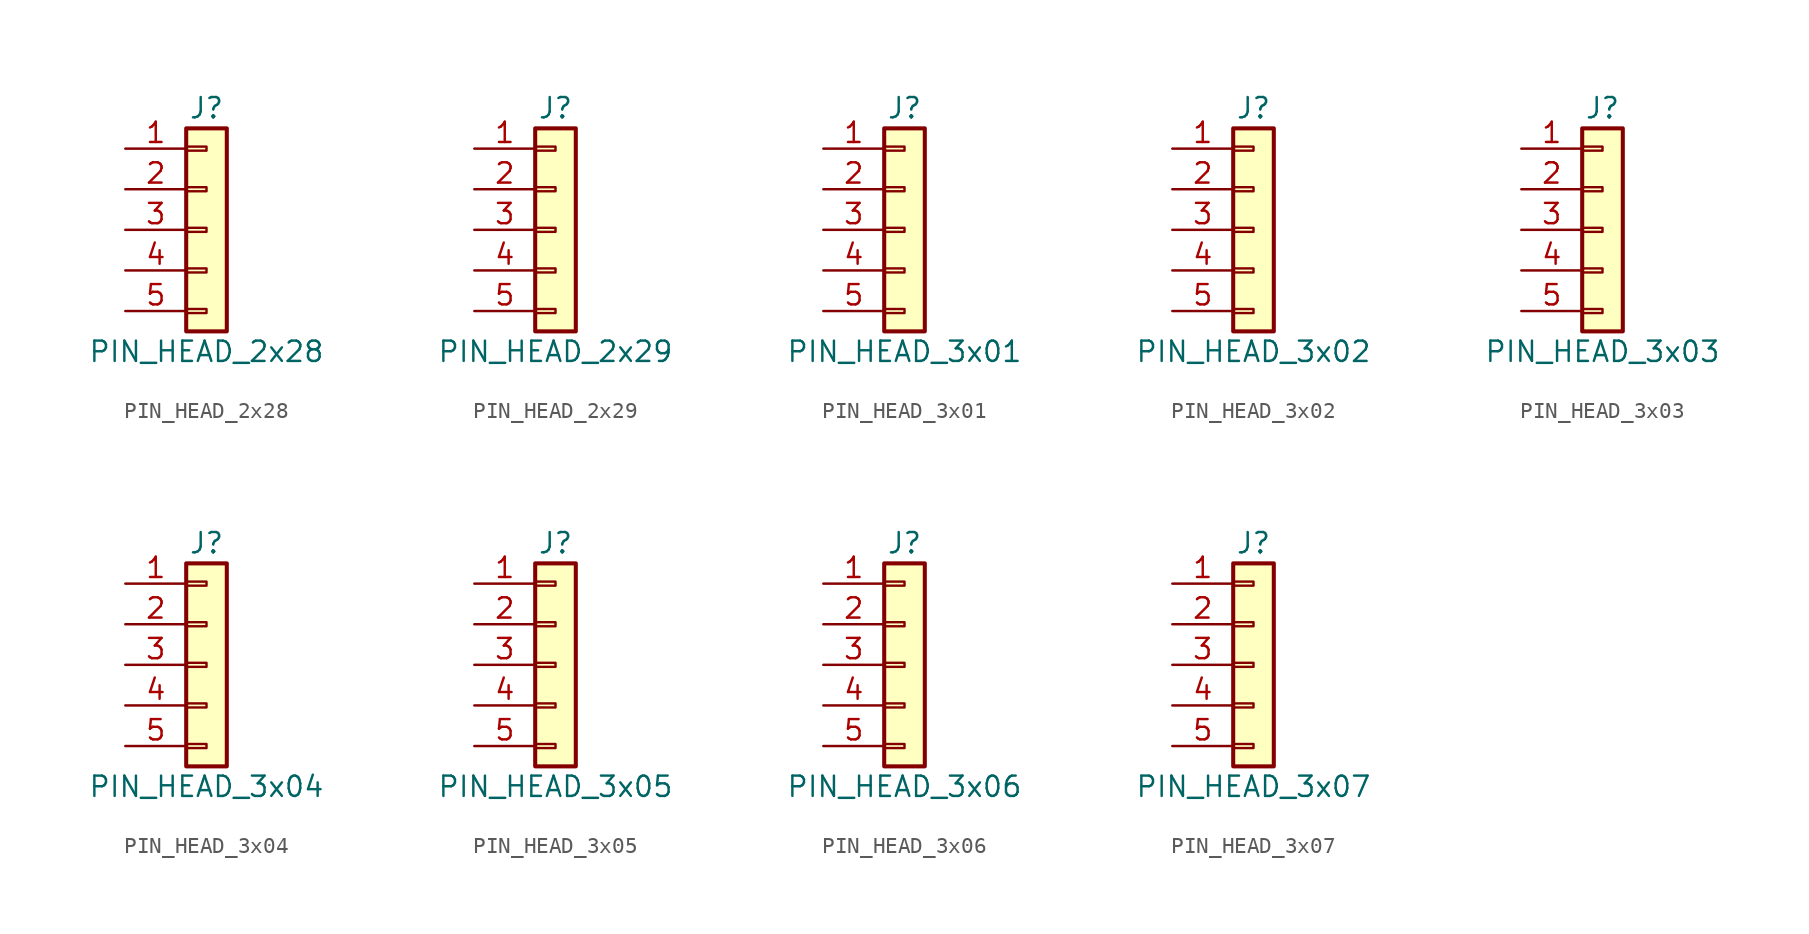
<source format=kicad_sym>
(kicad_symbol_lib
  (version 20211014)
  (generator kicad_symbol_editor)
  (symbol "PIN_HEAD_2x28"
    (pin_names
      (offset 1.016) hide)
    (property "Reference" "J"
      (at 0 7.62 0)
      (effects (font (size 1.27 1.27))))
    (property "Value" "PIN_HEAD_2x28"
      (at 0 -7.62 0)
      (effects (font (size 1.27 1.27))))
    (symbol "PIN_HEAD_2x28_1_1"
      (rectangle (start -1.27 -4.953) (end 0 -5.207) (stroke (width 0.152) (type default) (color 0 0 0 0)) (fill (type none)))
      (rectangle (start -1.27 -2.413) (end 0 -2.667) (stroke (width 0.152) (type default) (color 0 0 0 0)) (fill (type none)))
      (rectangle (start -1.27 0.127) (end 0 -0.127) (stroke (width 0.152) (type default) (color 0 0 0 0)) (fill (type none)))
      (rectangle (start -1.27 2.667) (end 0 2.413) (stroke (width 0.152) (type default) (color 0 0 0 0)) (fill (type none)))
      (rectangle (start -1.27 5.207) (end 0 4.953) (stroke (width 0.152) (type default) (color 0 0 0 0)) (fill (type none)))
      (rectangle (start -1.27 6.35) (end 1.27 -6.35) (stroke (width 0.254) (type default) (color 0 0 0 0)) (fill (type background)))
      (pin passive line (at -5.08 5.08 0) (length 3.81) (name "Pin_1" (effects (font (size 1.27 1.27)))) (number "1" (effects (font (size 1.27 1.27)))))
      (pin passive line (at -5.08 2.54 0) (length 3.81) (name "Pin_2" (effects (font (size 1.27 1.27)))) (number "2" (effects (font (size 1.27 1.27)))))
      (pin passive line (at -5.08 0 0) (length 3.81) (name "Pin_3" (effects (font (size 1.27 1.27)))) (number "3" (effects (font (size 1.27 1.27)))))
      (pin passive line (at -5.08 -2.54 0) (length 3.81) (name "Pin_4" (effects (font (size 1.27 1.27)))) (number "4" (effects (font (size 1.27 1.27)))))
      (pin passive line (at -5.08 -5.08 0) (length 3.81) (name "Pin_5" (effects (font (size 1.27 1.27)))) (number "5" (effects (font (size 1.27 1.27)))))))
  (symbol "PIN_HEAD_2x29"
    (pin_names
      (offset 1.016) hide)
    (property "Reference" "J"
      (at 0 7.62 0)
      (effects (font (size 1.27 1.27))))
    (property "Value" "PIN_HEAD_2x29"
      (at 0 -7.62 0)
      (effects (font (size 1.27 1.27))))
    (symbol "PIN_HEAD_2x29_1_1"
      (rectangle (start -1.27 -4.953) (end 0 -5.207) (stroke (width 0.152) (type default) (color 0 0 0 0)) (fill (type none)))
      (rectangle (start -1.27 -2.413) (end 0 -2.667) (stroke (width 0.152) (type default) (color 0 0 0 0)) (fill (type none)))
      (rectangle (start -1.27 0.127) (end 0 -0.127) (stroke (width 0.152) (type default) (color 0 0 0 0)) (fill (type none)))
      (rectangle (start -1.27 2.667) (end 0 2.413) (stroke (width 0.152) (type default) (color 0 0 0 0)) (fill (type none)))
      (rectangle (start -1.27 5.207) (end 0 4.953) (stroke (width 0.152) (type default) (color 0 0 0 0)) (fill (type none)))
      (rectangle (start -1.27 6.35) (end 1.27 -6.35) (stroke (width 0.254) (type default) (color 0 0 0 0)) (fill (type background)))
      (pin passive line (at -5.08 5.08 0) (length 3.81) (name "Pin_1" (effects (font (size 1.27 1.27)))) (number "1" (effects (font (size 1.27 1.27)))))
      (pin passive line (at -5.08 2.54 0) (length 3.81) (name "Pin_2" (effects (font (size 1.27 1.27)))) (number "2" (effects (font (size 1.27 1.27)))))
      (pin passive line (at -5.08 0 0) (length 3.81) (name "Pin_3" (effects (font (size 1.27 1.27)))) (number "3" (effects (font (size 1.27 1.27)))))
      (pin passive line (at -5.08 -2.54 0) (length 3.81) (name "Pin_4" (effects (font (size 1.27 1.27)))) (number "4" (effects (font (size 1.27 1.27)))))
      (pin passive line (at -5.08 -5.08 0) (length 3.81) (name "Pin_5" (effects (font (size 1.27 1.27)))) (number "5" (effects (font (size 1.27 1.27)))))))
  (symbol "PIN_HEAD_3x01"
    (pin_names
      (offset 1.016) hide)
    (property "Reference" "J"
      (at 0 7.62 0)
      (effects (font (size 1.27 1.27))))
    (property "Value" "PIN_HEAD_3x01"
      (at 0 -7.62 0)
      (effects (font (size 1.27 1.27))))
    (symbol "PIN_HEAD_3x01_1_1"
      (rectangle (start -1.27 -4.953) (end 0 -5.207) (stroke (width 0.152) (type default) (color 0 0 0 0)) (fill (type none)))
      (rectangle (start -1.27 -2.413) (end 0 -2.667) (stroke (width 0.152) (type default) (color 0 0 0 0)) (fill (type none)))
      (rectangle (start -1.27 0.127) (end 0 -0.127) (stroke (width 0.152) (type default) (color 0 0 0 0)) (fill (type none)))
      (rectangle (start -1.27 2.667) (end 0 2.413) (stroke (width 0.152) (type default) (color 0 0 0 0)) (fill (type none)))
      (rectangle (start -1.27 5.207) (end 0 4.953) (stroke (width 0.152) (type default) (color 0 0 0 0)) (fill (type none)))
      (rectangle (start -1.27 6.35) (end 1.27 -6.35) (stroke (width 0.254) (type default) (color 0 0 0 0)) (fill (type background)))
      (pin passive line (at -5.08 5.08 0) (length 3.81) (name "Pin_1" (effects (font (size 1.27 1.27)))) (number "1" (effects (font (size 1.27 1.27)))))
      (pin passive line (at -5.08 2.54 0) (length 3.81) (name "Pin_2" (effects (font (size 1.27 1.27)))) (number "2" (effects (font (size 1.27 1.27)))))
      (pin passive line (at -5.08 0 0) (length 3.81) (name "Pin_3" (effects (font (size 1.27 1.27)))) (number "3" (effects (font (size 1.27 1.27)))))
      (pin passive line (at -5.08 -2.54 0) (length 3.81) (name "Pin_4" (effects (font (size 1.27 1.27)))) (number "4" (effects (font (size 1.27 1.27)))))
      (pin passive line (at -5.08 -5.08 0) (length 3.81) (name "Pin_5" (effects (font (size 1.27 1.27)))) (number "5" (effects (font (size 1.27 1.27)))))))
  (symbol "PIN_HEAD_3x02"
    (pin_names
      (offset 1.016) hide)
    (property "Reference" "J"
      (at 0 7.62 0)
      (effects (font (size 1.27 1.27))))
    (property "Value" "PIN_HEAD_3x02"
      (at 0 -7.62 0)
      (effects (font (size 1.27 1.27))))
    (symbol "PIN_HEAD_3x02_1_1"
      (rectangle (start -1.27 -4.953) (end 0 -5.207) (stroke (width 0.152) (type default) (color 0 0 0 0)) (fill (type none)))
      (rectangle (start -1.27 -2.413) (end 0 -2.667) (stroke (width 0.152) (type default) (color 0 0 0 0)) (fill (type none)))
      (rectangle (start -1.27 0.127) (end 0 -0.127) (stroke (width 0.152) (type default) (color 0 0 0 0)) (fill (type none)))
      (rectangle (start -1.27 2.667) (end 0 2.413) (stroke (width 0.152) (type default) (color 0 0 0 0)) (fill (type none)))
      (rectangle (start -1.27 5.207) (end 0 4.953) (stroke (width 0.152) (type default) (color 0 0 0 0)) (fill (type none)))
      (rectangle (start -1.27 6.35) (end 1.27 -6.35) (stroke (width 0.254) (type default) (color 0 0 0 0)) (fill (type background)))
      (pin passive line (at -5.08 5.08 0) (length 3.81) (name "Pin_1" (effects (font (size 1.27 1.27)))) (number "1" (effects (font (size 1.27 1.27)))))
      (pin passive line (at -5.08 2.54 0) (length 3.81) (name "Pin_2" (effects (font (size 1.27 1.27)))) (number "2" (effects (font (size 1.27 1.27)))))
      (pin passive line (at -5.08 0 0) (length 3.81) (name "Pin_3" (effects (font (size 1.27 1.27)))) (number "3" (effects (font (size 1.27 1.27)))))
      (pin passive line (at -5.08 -2.54 0) (length 3.81) (name "Pin_4" (effects (font (size 1.27 1.27)))) (number "4" (effects (font (size 1.27 1.27)))))
      (pin passive line (at -5.08 -5.08 0) (length 3.81) (name "Pin_5" (effects (font (size 1.27 1.27)))) (number "5" (effects (font (size 1.27 1.27)))))))
  (symbol "PIN_HEAD_3x03"
    (pin_names
      (offset 1.016) hide)
    (property "Reference" "J"
      (at 0 7.62 0)
      (effects (font (size 1.27 1.27))))
    (property "Value" "PIN_HEAD_3x03"
      (at 0 -7.62 0)
      (effects (font (size 1.27 1.27))))
    (symbol "PIN_HEAD_3x03_1_1"
      (rectangle (start -1.27 -4.953) (end 0 -5.207) (stroke (width 0.152) (type default) (color 0 0 0 0)) (fill (type none)))
      (rectangle (start -1.27 -2.413) (end 0 -2.667) (stroke (width 0.152) (type default) (color 0 0 0 0)) (fill (type none)))
      (rectangle (start -1.27 0.127) (end 0 -0.127) (stroke (width 0.152) (type default) (color 0 0 0 0)) (fill (type none)))
      (rectangle (start -1.27 2.667) (end 0 2.413) (stroke (width 0.152) (type default) (color 0 0 0 0)) (fill (type none)))
      (rectangle (start -1.27 5.207) (end 0 4.953) (stroke (width 0.152) (type default) (color 0 0 0 0)) (fill (type none)))
      (rectangle (start -1.27 6.35) (end 1.27 -6.35) (stroke (width 0.254) (type default) (color 0 0 0 0)) (fill (type background)))
      (pin passive line (at -5.08 5.08 0) (length 3.81) (name "Pin_1" (effects (font (size 1.27 1.27)))) (number "1" (effects (font (size 1.27 1.27)))))
      (pin passive line (at -5.08 2.54 0) (length 3.81) (name "Pin_2" (effects (font (size 1.27 1.27)))) (number "2" (effects (font (size 1.27 1.27)))))
      (pin passive line (at -5.08 0 0) (length 3.81) (name "Pin_3" (effects (font (size 1.27 1.27)))) (number "3" (effects (font (size 1.27 1.27)))))
      (pin passive line (at -5.08 -2.54 0) (length 3.81) (name "Pin_4" (effects (font (size 1.27 1.27)))) (number "4" (effects (font (size 1.27 1.27)))))
      (pin passive line (at -5.08 -5.08 0) (length 3.81) (name "Pin_5" (effects (font (size 1.27 1.27)))) (number "5" (effects (font (size 1.27 1.27)))))))
  (symbol "PIN_HEAD_3x04"
    (pin_names
      (offset 1.016) hide)
    (property "Reference" "J"
      (at 0 7.62 0)
      (effects (font (size 1.27 1.27))))
    (property "Value" "PIN_HEAD_3x04"
      (at 0 -7.62 0)
      (effects (font (size 1.27 1.27))))
    (symbol "PIN_HEAD_3x04_1_1"
      (rectangle (start -1.27 -4.953) (end 0 -5.207) (stroke (width 0.152) (type default) (color 0 0 0 0)) (fill (type none)))
      (rectangle (start -1.27 -2.413) (end 0 -2.667) (stroke (width 0.152) (type default) (color 0 0 0 0)) (fill (type none)))
      (rectangle (start -1.27 0.127) (end 0 -0.127) (stroke (width 0.152) (type default) (color 0 0 0 0)) (fill (type none)))
      (rectangle (start -1.27 2.667) (end 0 2.413) (stroke (width 0.152) (type default) (color 0 0 0 0)) (fill (type none)))
      (rectangle (start -1.27 5.207) (end 0 4.953) (stroke (width 0.152) (type default) (color 0 0 0 0)) (fill (type none)))
      (rectangle (start -1.27 6.35) (end 1.27 -6.35) (stroke (width 0.254) (type default) (color 0 0 0 0)) (fill (type background)))
      (pin passive line (at -5.08 5.08 0) (length 3.81) (name "Pin_1" (effects (font (size 1.27 1.27)))) (number "1" (effects (font (size 1.27 1.27)))))
      (pin passive line (at -5.08 2.54 0) (length 3.81) (name "Pin_2" (effects (font (size 1.27 1.27)))) (number "2" (effects (font (size 1.27 1.27)))))
      (pin passive line (at -5.08 0 0) (length 3.81) (name "Pin_3" (effects (font (size 1.27 1.27)))) (number "3" (effects (font (size 1.27 1.27)))))
      (pin passive line (at -5.08 -2.54 0) (length 3.81) (name "Pin_4" (effects (font (size 1.27 1.27)))) (number "4" (effects (font (size 1.27 1.27)))))
      (pin passive line (at -5.08 -5.08 0) (length 3.81) (name "Pin_5" (effects (font (size 1.27 1.27)))) (number "5" (effects (font (size 1.27 1.27)))))))
  (symbol "PIN_HEAD_3x05"
    (pin_names
      (offset 1.016) hide)
    (property "Reference" "J"
      (at 0 7.62 0)
      (effects (font (size 1.27 1.27))))
    (property "Value" "PIN_HEAD_3x05"
      (at 0 -7.62 0)
      (effects (font (size 1.27 1.27))))
    (symbol "PIN_HEAD_3x05_1_1"
      (rectangle (start -1.27 -4.953) (end 0 -5.207) (stroke (width 0.152) (type default) (color 0 0 0 0)) (fill (type none)))
      (rectangle (start -1.27 -2.413) (end 0 -2.667) (stroke (width 0.152) (type default) (color 0 0 0 0)) (fill (type none)))
      (rectangle (start -1.27 0.127) (end 0 -0.127) (stroke (width 0.152) (type default) (color 0 0 0 0)) (fill (type none)))
      (rectangle (start -1.27 2.667) (end 0 2.413) (stroke (width 0.152) (type default) (color 0 0 0 0)) (fill (type none)))
      (rectangle (start -1.27 5.207) (end 0 4.953) (stroke (width 0.152) (type default) (color 0 0 0 0)) (fill (type none)))
      (rectangle (start -1.27 6.35) (end 1.27 -6.35) (stroke (width 0.254) (type default) (color 0 0 0 0)) (fill (type background)))
      (pin passive line (at -5.08 5.08 0) (length 3.81) (name "Pin_1" (effects (font (size 1.27 1.27)))) (number "1" (effects (font (size 1.27 1.27)))))
      (pin passive line (at -5.08 2.54 0) (length 3.81) (name "Pin_2" (effects (font (size 1.27 1.27)))) (number "2" (effects (font (size 1.27 1.27)))))
      (pin passive line (at -5.08 0 0) (length 3.81) (name "Pin_3" (effects (font (size 1.27 1.27)))) (number "3" (effects (font (size 1.27 1.27)))))
      (pin passive line (at -5.08 -2.54 0) (length 3.81) (name "Pin_4" (effects (font (size 1.27 1.27)))) (number "4" (effects (font (size 1.27 1.27)))))
      (pin passive line (at -5.08 -5.08 0) (length 3.81) (name "Pin_5" (effects (font (size 1.27 1.27)))) (number "5" (effects (font (size 1.27 1.27)))))))
  (symbol "PIN_HEAD_3x06"
    (pin_names
      (offset 1.016) hide)
    (property "Reference" "J"
      (at 0 7.62 0)
      (effects (font (size 1.27 1.27))))
    (property "Value" "PIN_HEAD_3x06"
      (at 0 -7.62 0)
      (effects (font (size 1.27 1.27))))
    (symbol "PIN_HEAD_3x06_1_1"
      (rectangle (start -1.27 -4.953) (end 0 -5.207) (stroke (width 0.152) (type default) (color 0 0 0 0)) (fill (type none)))
      (rectangle (start -1.27 -2.413) (end 0 -2.667) (stroke (width 0.152) (type default) (color 0 0 0 0)) (fill (type none)))
      (rectangle (start -1.27 0.127) (end 0 -0.127) (stroke (width 0.152) (type default) (color 0 0 0 0)) (fill (type none)))
      (rectangle (start -1.27 2.667) (end 0 2.413) (stroke (width 0.152) (type default) (color 0 0 0 0)) (fill (type none)))
      (rectangle (start -1.27 5.207) (end 0 4.953) (stroke (width 0.152) (type default) (color 0 0 0 0)) (fill (type none)))
      (rectangle (start -1.27 6.35) (end 1.27 -6.35) (stroke (width 0.254) (type default) (color 0 0 0 0)) (fill (type background)))
      (pin passive line (at -5.08 5.08 0) (length 3.81) (name "Pin_1" (effects (font (size 1.27 1.27)))) (number "1" (effects (font (size 1.27 1.27)))))
      (pin passive line (at -5.08 2.54 0) (length 3.81) (name "Pin_2" (effects (font (size 1.27 1.27)))) (number "2" (effects (font (size 1.27 1.27)))))
      (pin passive line (at -5.08 0 0) (length 3.81) (name "Pin_3" (effects (font (size 1.27 1.27)))) (number "3" (effects (font (size 1.27 1.27)))))
      (pin passive line (at -5.08 -2.54 0) (length 3.81) (name "Pin_4" (effects (font (size 1.27 1.27)))) (number "4" (effects (font (size 1.27 1.27)))))
      (pin passive line (at -5.08 -5.08 0) (length 3.81) (name "Pin_5" (effects (font (size 1.27 1.27)))) (number "5" (effects (font (size 1.27 1.27)))))))
  (symbol "PIN_HEAD_3x07"
    (pin_names
      (offset 1.016) hide)
    (property "Reference" "J"
      (at 0 7.62 0)
      (effects (font (size 1.27 1.27))))
    (property "Value" "PIN_HEAD_3x07"
      (at 0 -7.62 0)
      (effects (font (size 1.27 1.27))))
    (symbol "PIN_HEAD_3x07_1_1"
      (rectangle (start -1.27 -4.953) (end 0 -5.207) (stroke (width 0.152) (type default) (color 0 0 0 0)) (fill (type none)))
      (rectangle (start -1.27 -2.413) (end 0 -2.667) (stroke (width 0.152) (type default) (color 0 0 0 0)) (fill (type none)))
      (rectangle (start -1.27 0.127) (end 0 -0.127) (stroke (width 0.152) (type default) (color 0 0 0 0)) (fill (type none)))
      (rectangle (start -1.27 2.667) (end 0 2.413) (stroke (width 0.152) (type default) (color 0 0 0 0)) (fill (type none)))
      (rectangle (start -1.27 5.207) (end 0 4.953) (stroke (width 0.152) (type default) (color 0 0 0 0)) (fill (type none)))
      (rectangle (start -1.27 6.35) (end 1.27 -6.35) (stroke (width 0.254) (type default) (color 0 0 0 0)) (fill (type background)))
      (pin passive line (at -5.08 5.08 0) (length 3.81) (name "Pin_1" (effects (font (size 1.27 1.27)))) (number "1" (effects (font (size 1.27 1.27)))))
      (pin passive line (at -5.08 2.54 0) (length 3.81) (name "Pin_2" (effects (font (size 1.27 1.27)))) (number "2" (effects (font (size 1.27 1.27)))))
      (pin passive line (at -5.08 0 0) (length 3.81) (name "Pin_3" (effects (font (size 1.27 1.27)))) (number "3" (effects (font (size 1.27 1.27)))))
      (pin passive line (at -5.08 -2.54 0) (length 3.81) (name "Pin_4" (effects (font (size 1.27 1.27)))) (number "4" (effects (font (size 1.27 1.27)))))
      (pin passive line (at -5.08 -5.08 0) (length 3.81) (name "Pin_5" (effects (font (size 1.27 1.27)))) (number "5" (effects (font (size 1.27 1.27))))))))
</source>
